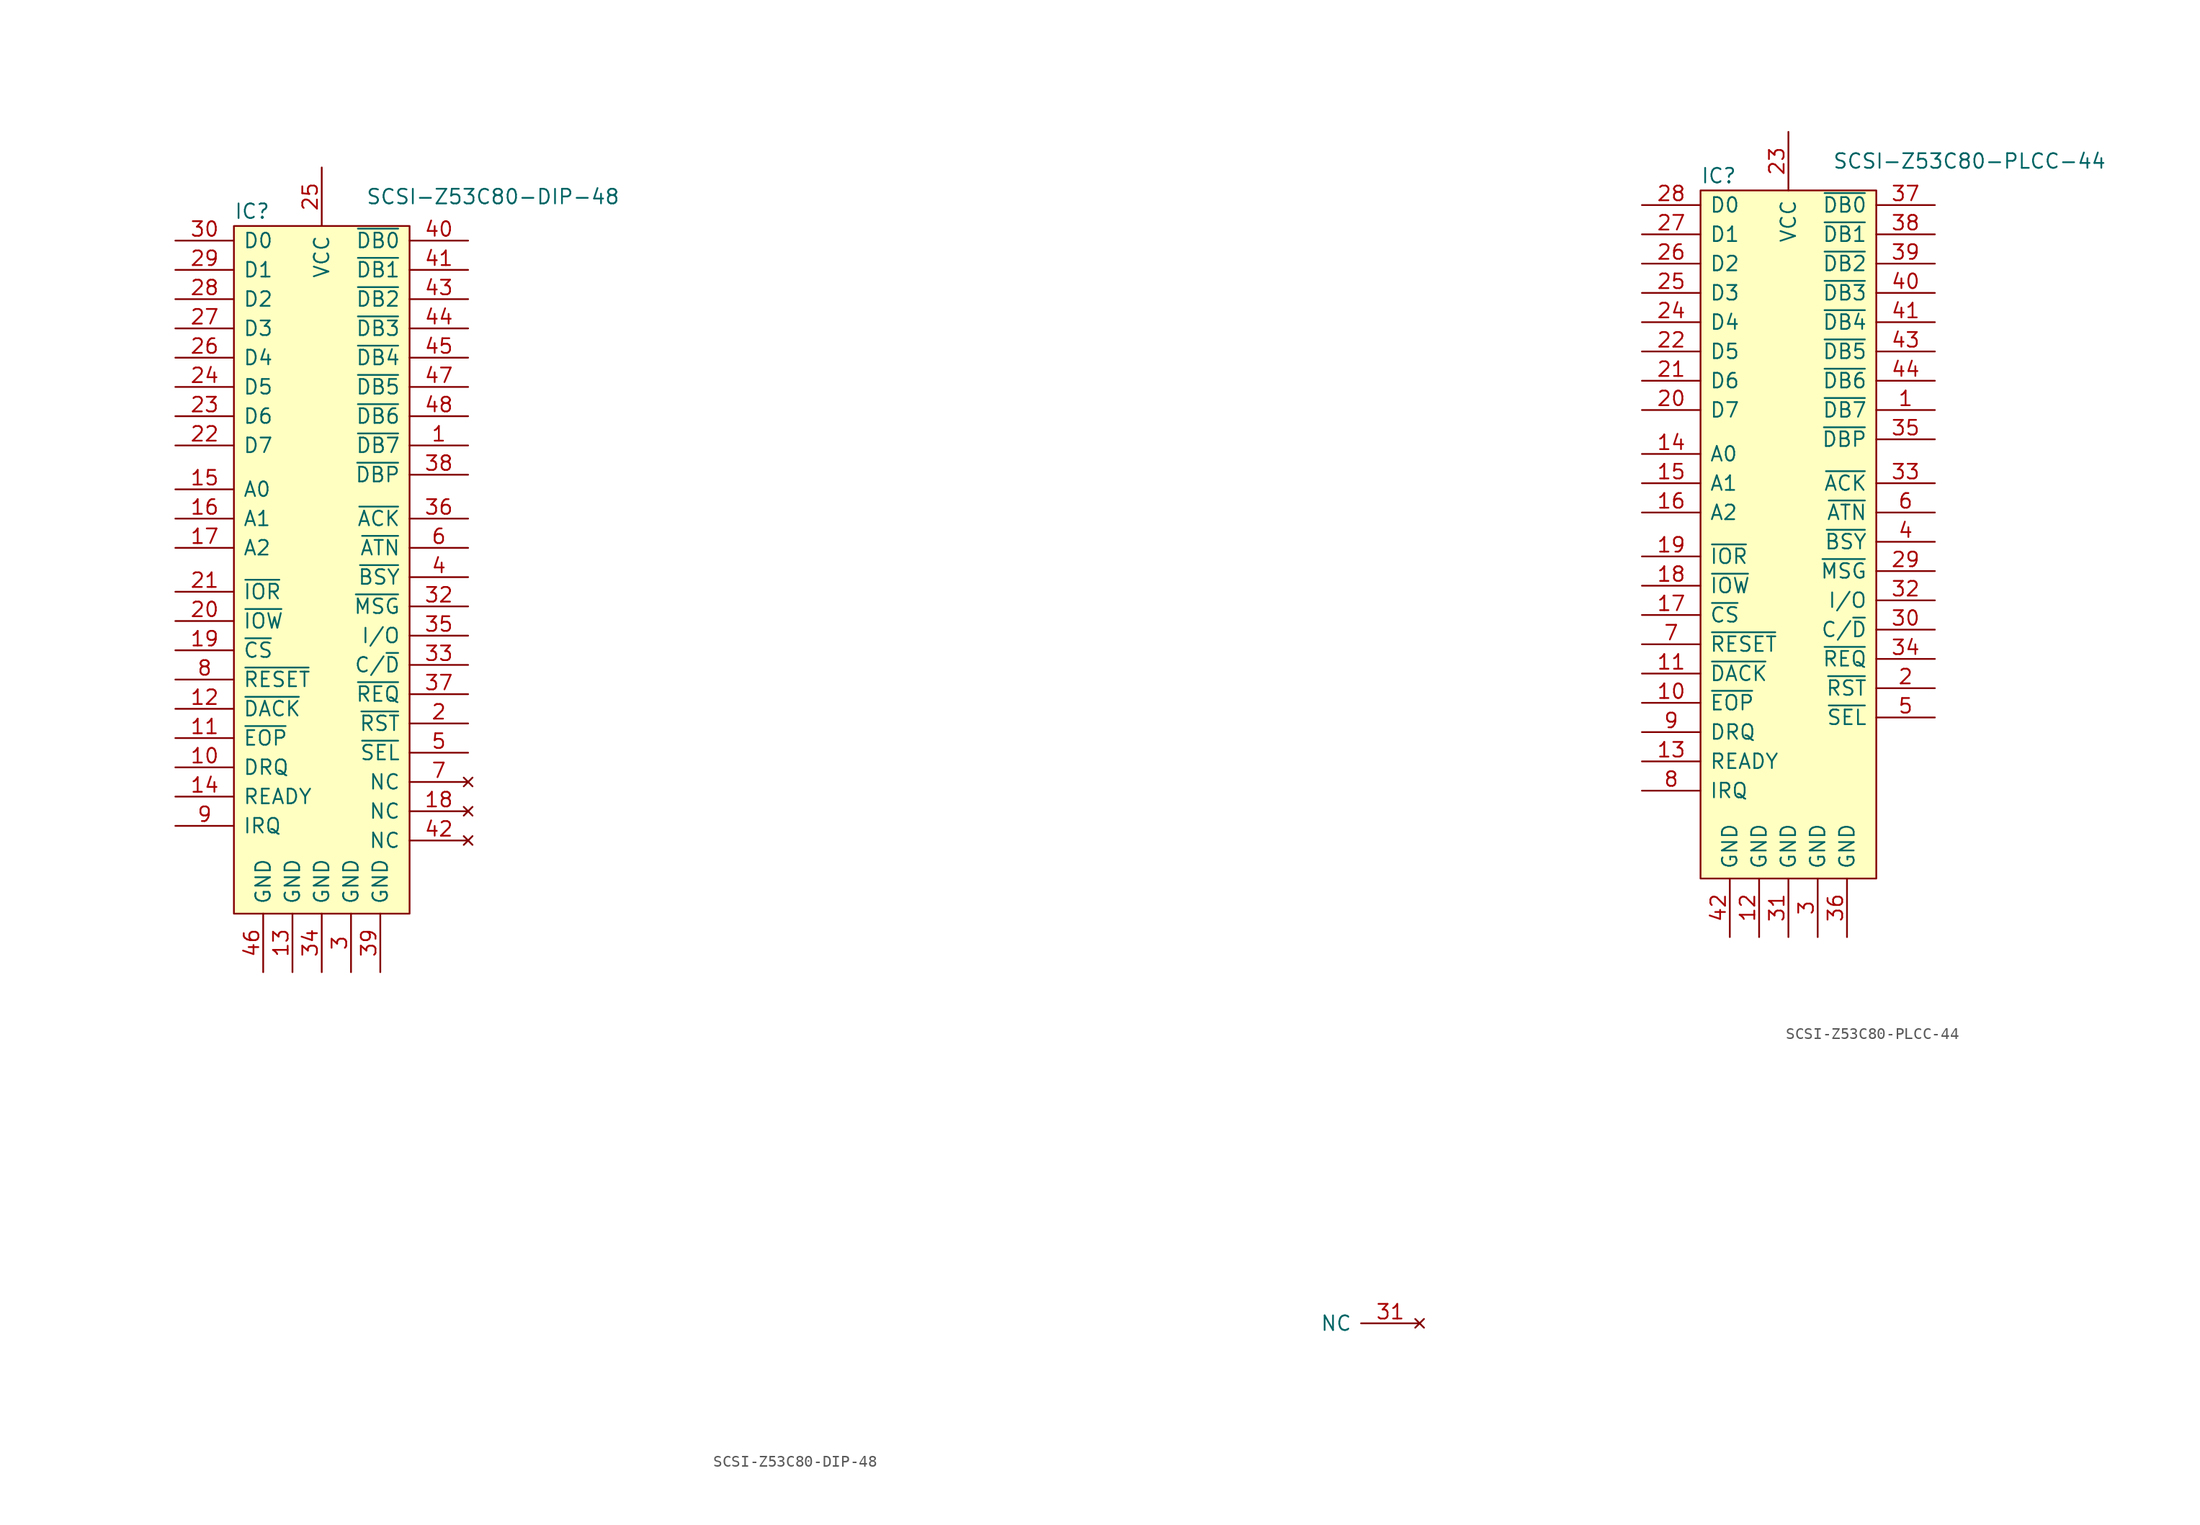
<source format=kicad_sym>
(kicad_symbol_lib
  (version 20220914)
  (generator kicad_symbol_editor)
  (symbol "SCSI-Z53C80-DIP-48"
    (pin_names
      (offset 0.762))
    (property "Reference" "IC"
      (at 0 1.27 0)
      (effects (font (size 1.27 1.27)) (justify left)))
    (property "Value" "SCSI-Z53C80-DIP-48"
      (at 11.43 2.54 0)
      (effects (font (size 1.27 1.27)) (justify left)))
    (symbol "SCSI-Z53C80-DIP-48_0_0"
      (pin bidirectional line (at 20.32 -19.05 180) (length 5.08) (name "~{DB7}" (effects (font (size 1.27 1.27)))) (number "1" (effects (font (size 1.27 1.27)))))
      (pin output line (at -5.08 -46.99 0) (length 5.08) (name "DRQ" (effects (font (size 1.27 1.27)))) (number "10" (effects (font (size 1.27 1.27)))))
      (pin input line (at -5.08 -44.45 0) (length 5.08) (name "~{EOP}" (effects (font (size 1.27 1.27)))) (number "11" (effects (font (size 1.27 1.27)))))
      (pin input line (at -5.08 -41.91 0) (length 5.08) (name "~{DACK}" (effects (font (size 1.27 1.27)))) (number "12" (effects (font (size 1.27 1.27)))))
      (pin power_in line (at 5.08 -64.77 90) (length 5.08) (name "GND" (effects (font (size 1.27 1.27)))) (number "13" (effects (font (size 1.27 1.27)))))
      (pin output line (at -5.08 -49.53 0) (length 5.08) (name "READY" (effects (font (size 1.27 1.27)))) (number "14" (effects (font (size 1.27 1.27)))))
      (pin input line (at -5.08 -22.86 0) (length 5.08) (name "A0" (effects (font (size 1.27 1.27)))) (number "15" (effects (font (size 1.27 1.27)))))
      (pin input line (at -5.08 -25.4 0) (length 5.08) (name "A1" (effects (font (size 1.27 1.27)))) (number "16" (effects (font (size 1.27 1.27)))))
      (pin input line (at -5.08 -27.94 0) (length 5.08) (name "A2" (effects (font (size 1.27 1.27)))) (number "17" (effects (font (size 1.27 1.27)))))
      (pin no_connect line (at 20.32 -50.8 180) (length 5.08) (name "NC" (effects (font (size 1.27 1.27)))) (number "18" (effects (font (size 1.27 1.27)))))
      (pin input line (at -5.08 -36.83 0) (length 5.08) (name "~{CS}" (effects (font (size 1.27 1.27)))) (number "19" (effects (font (size 1.27 1.27)))))
      (pin bidirectional line (at 20.32 -43.18 180) (length 5.08) (name "~{RST}" (effects (font (size 1.27 1.27)))) (number "2" (effects (font (size 1.27 1.27)))))
      (pin input line (at -5.08 -34.29 0) (length 5.08) (name "~{IOW}" (effects (font (size 1.27 1.27)))) (number "20" (effects (font (size 1.27 1.27)))))
      (pin input line (at -5.08 -31.75 0) (length 5.08) (name "~{IOR}" (effects (font (size 1.27 1.27)))) (number "21" (effects (font (size 1.27 1.27)))))
      (pin bidirectional line (at -5.08 -19.05 0) (length 5.08) (name "D7" (effects (font (size 1.27 1.27)))) (number "22" (effects (font (size 1.27 1.27)))))
      (pin bidirectional line (at -5.08 -16.51 0) (length 5.08) (name "D6" (effects (font (size 1.27 1.27)))) (number "23" (effects (font (size 1.27 1.27)))))
      (pin bidirectional line (at -5.08 -13.97 0) (length 5.08) (name "D5" (effects (font (size 1.27 1.27)))) (number "24" (effects (font (size 1.27 1.27)))))
      (pin power_in line (at 7.62 5.08 270) (length 5.08) (name "VCC" (effects (font (size 1.27 1.27)))) (number "25" (effects (font (size 1.27 1.27)))))
      (pin bidirectional line (at -5.08 -11.43 0) (length 5.08) (name "D4" (effects (font (size 1.27 1.27)))) (number "26" (effects (font (size 1.27 1.27)))))
      (pin bidirectional line (at -5.08 -8.89 0) (length 5.08) (name "D3" (effects (font (size 1.27 1.27)))) (number "27" (effects (font (size 1.27 1.27)))))
      (pin bidirectional line (at -5.08 -6.35 0) (length 5.08) (name "D2" (effects (font (size 1.27 1.27)))) (number "28" (effects (font (size 1.27 1.27)))))
      (pin bidirectional line (at -5.08 -3.81 0) (length 5.08) (name "D1" (effects (font (size 1.27 1.27)))) (number "29" (effects (font (size 1.27 1.27)))))
      (pin bidirectional line (at 10.16 -64.77 90) (length 5.08) (name "GND" (effects (font (size 1.27 1.27)))) (number "3" (effects (font (size 1.27 1.27)))))
      (pin bidirectional line (at -5.08 -1.27 0) (length 5.08) (name "D0" (effects (font (size 1.27 1.27)))) (number "30" (effects (font (size 1.27 1.27)))))
      (pin no_connect line (at 102.87 -95.25 180) (length 5.08) (name "NC" (effects (font (size 1.27 1.27)))) (number "31" (effects (font (size 1.27 1.27)))))
      (pin bidirectional line (at 20.32 -33.02 180) (length 5.08) (name "~{MSG}" (effects (font (size 1.27 1.27)))) (number "32" (effects (font (size 1.27 1.27)))))
      (pin bidirectional line (at 20.32 -38.1 180) (length 5.08) (name "C/~{D}" (effects (font (size 1.27 1.27)))) (number "33" (effects (font (size 1.27 1.27)))))
      (pin power_in line (at 7.62 -64.77 90) (length 5.08) (name "GND" (effects (font (size 1.27 1.27)))) (number "34" (effects (font (size 1.27 1.27)))))
      (pin bidirectional line (at 20.32 -35.56 180) (length 5.08) (name "I/O" (effects (font (size 1.27 1.27)))) (number "35" (effects (font (size 1.27 1.27)))))
      (pin bidirectional line (at 20.32 -25.4 180) (length 5.08) (name "~{ACK}" (effects (font (size 1.27 1.27)))) (number "36" (effects (font (size 1.27 1.27)))))
      (pin bidirectional line (at 20.32 -40.64 180) (length 5.08) (name "~{REQ}" (effects (font (size 1.27 1.27)))) (number "37" (effects (font (size 1.27 1.27)))))
      (pin bidirectional line (at 20.32 -21.59 180) (length 5.08) (name "~{DBP}" (effects (font (size 1.27 1.27)))) (number "38" (effects (font (size 1.27 1.27)))))
      (pin power_in line (at 12.7 -64.77 90) (length 5.08) (name "GND" (effects (font (size 1.27 1.27)))) (number "39" (effects (font (size 1.27 1.27)))))
      (pin bidirectional line (at 20.32 -30.48 180) (length 5.08) (name "~{BSY}" (effects (font (size 1.27 1.27)))) (number "4" (effects (font (size 1.27 1.27)))))
      (pin bidirectional line (at 20.32 -1.27 180) (length 5.08) (name "~{DB0}" (effects (font (size 1.27 1.27)))) (number "40" (effects (font (size 1.27 1.27)))))
      (pin bidirectional line (at 20.32 -3.81 180) (length 5.08) (name "~{DB1}" (effects (font (size 1.27 1.27)))) (number "41" (effects (font (size 1.27 1.27)))))
      (pin no_connect line (at 20.32 -53.34 180) (length 5.08) (name "NC" (effects (font (size 1.27 1.27)))) (number "42" (effects (font (size 1.27 1.27)))))
      (pin bidirectional line (at 20.32 -6.35 180) (length 5.08) (name "~{DB2}" (effects (font (size 1.27 1.27)))) (number "43" (effects (font (size 1.27 1.27)))))
      (pin bidirectional line (at 20.32 -8.89 180) (length 5.08) (name "~{DB3}" (effects (font (size 1.27 1.27)))) (number "44" (effects (font (size 1.27 1.27)))))
      (pin bidirectional line (at 20.32 -11.43 180) (length 5.08) (name "~{DB4}" (effects (font (size 1.27 1.27)))) (number "45" (effects (font (size 1.27 1.27)))))
      (pin power_in line (at 2.54 -64.77 90) (length 5.08) (name "GND" (effects (font (size 1.27 1.27)))) (number "46" (effects (font (size 1.27 1.27)))))
      (pin bidirectional line (at 20.32 -13.97 180) (length 5.08) (name "~{DB5}" (effects (font (size 1.27 1.27)))) (number "47" (effects (font (size 1.27 1.27)))))
      (pin bidirectional line (at 20.32 -16.51 180) (length 5.08) (name "~{DB6}" (effects (font (size 1.27 1.27)))) (number "48" (effects (font (size 1.27 1.27)))))
      (pin bidirectional line (at 20.32 -45.72 180) (length 5.08) (name "~{SEL}" (effects (font (size 1.27 1.27)))) (number "5" (effects (font (size 1.27 1.27)))))
      (pin bidirectional line (at 20.32 -27.94 180) (length 5.08) (name "~{ATN}" (effects (font (size 1.27 1.27)))) (number "6" (effects (font (size 1.27 1.27)))))
      (pin no_connect line (at 20.32 -48.26 180) (length 5.08) (name "NC" (effects (font (size 1.27 1.27)))) (number "7" (effects (font (size 1.27 1.27)))))
      (pin input line (at -5.08 -39.37 0) (length 5.08) (name "~{RESET}" (effects (font (size 1.27 1.27)))) (number "8" (effects (font (size 1.27 1.27)))))
      (pin output line (at -5.08 -52.07 0) (length 5.08) (name "IRQ" (effects (font (size 1.27 1.27)))) (number "9" (effects (font (size 1.27 1.27))))))
    (symbol "SCSI-Z53C80-DIP-48_0_1"
      (rectangle (start 0 0) (end 15.24 -59.69) (stroke (width 0) (type solid)) (fill (type background)))))
  (symbol "SCSI-Z53C80-PLCC-44"
    (pin_names
      (offset 0.762))
    (property "Reference" "IC"
      (at 0 1.27 0)
      (effects (font (size 1.27 1.27)) (justify left)))
    (property "Value" "SCSI-Z53C80-PLCC-44"
      (at 11.43 2.54 0)
      (effects (font (size 1.27 1.27)) (justify left)))
    (symbol "SCSI-Z53C80-PLCC-44_0_0"
      (pin bidirectional line (at 20.32 -19.05 180) (length 5.08) (name "~{DB7}" (effects (font (size 1.27 1.27)))) (number "1" (effects (font (size 1.27 1.27)))))
      (pin input line (at -5.08 -44.45 0) (length 5.08) (name "~{EOP}" (effects (font (size 1.27 1.27)))) (number "10" (effects (font (size 1.27 1.27)))))
      (pin input line (at -5.08 -41.91 0) (length 5.08) (name "~{DACK}" (effects (font (size 1.27 1.27)))) (number "11" (effects (font (size 1.27 1.27)))))
      (pin power_in line (at 5.08 -64.77 90) (length 5.08) (name "GND" (effects (font (size 1.27 1.27)))) (number "12" (effects (font (size 1.27 1.27)))))
      (pin output line (at -5.08 -49.53 0) (length 5.08) (name "READY" (effects (font (size 1.27 1.27)))) (number "13" (effects (font (size 1.27 1.27)))))
      (pin input line (at -5.08 -22.86 0) (length 5.08) (name "A0" (effects (font (size 1.27 1.27)))) (number "14" (effects (font (size 1.27 1.27)))))
      (pin input line (at -5.08 -25.4 0) (length 5.08) (name "A1" (effects (font (size 1.27 1.27)))) (number "15" (effects (font (size 1.27 1.27)))))
      (pin input line (at -5.08 -27.94 0) (length 5.08) (name "A2" (effects (font (size 1.27 1.27)))) (number "16" (effects (font (size 1.27 1.27)))))
      (pin input line (at -5.08 -36.83 0) (length 5.08) (name "~{CS}" (effects (font (size 1.27 1.27)))) (number "17" (effects (font (size 1.27 1.27)))))
      (pin input line (at -5.08 -34.29 0) (length 5.08) (name "~{IOW}" (effects (font (size 1.27 1.27)))) (number "18" (effects (font (size 1.27 1.27)))))
      (pin input line (at -5.08 -31.75 0) (length 5.08) (name "~{IOR}" (effects (font (size 1.27 1.27)))) (number "19" (effects (font (size 1.27 1.27)))))
      (pin bidirectional line (at 20.32 -43.18 180) (length 5.08) (name "~{RST}" (effects (font (size 1.27 1.27)))) (number "2" (effects (font (size 1.27 1.27)))))
      (pin bidirectional line (at -5.08 -19.05 0) (length 5.08) (name "D7" (effects (font (size 1.27 1.27)))) (number "20" (effects (font (size 1.27 1.27)))))
      (pin bidirectional line (at -5.08 -16.51 0) (length 5.08) (name "D6" (effects (font (size 1.27 1.27)))) (number "21" (effects (font (size 1.27 1.27)))))
      (pin bidirectional line (at -5.08 -13.97 0) (length 5.08) (name "D5" (effects (font (size 1.27 1.27)))) (number "22" (effects (font (size 1.27 1.27)))))
      (pin power_in line (at 7.62 5.08 270) (length 5.08) (name "VCC" (effects (font (size 1.27 1.27)))) (number "23" (effects (font (size 1.27 1.27)))))
      (pin bidirectional line (at -5.08 -11.43 0) (length 5.08) (name "D4" (effects (font (size 1.27 1.27)))) (number "24" (effects (font (size 1.27 1.27)))))
      (pin bidirectional line (at -5.08 -8.89 0) (length 5.08) (name "D3" (effects (font (size 1.27 1.27)))) (number "25" (effects (font (size 1.27 1.27)))))
      (pin bidirectional line (at -5.08 -6.35 0) (length 5.08) (name "D2" (effects (font (size 1.27 1.27)))) (number "26" (effects (font (size 1.27 1.27)))))
      (pin bidirectional line (at -5.08 -3.81 0) (length 5.08) (name "D1" (effects (font (size 1.27 1.27)))) (number "27" (effects (font (size 1.27 1.27)))))
      (pin bidirectional line (at -5.08 -1.27 0) (length 5.08) (name "D0" (effects (font (size 1.27 1.27)))) (number "28" (effects (font (size 1.27 1.27)))))
      (pin bidirectional line (at 20.32 -33.02 180) (length 5.08) (name "~{MSG}" (effects (font (size 1.27 1.27)))) (number "29" (effects (font (size 1.27 1.27)))))
      (pin bidirectional line (at 10.16 -64.77 90) (length 5.08) (name "GND" (effects (font (size 1.27 1.27)))) (number "3" (effects (font (size 1.27 1.27)))))
      (pin bidirectional line (at 20.32 -38.1 180) (length 5.08) (name "C/~{D}" (effects (font (size 1.27 1.27)))) (number "30" (effects (font (size 1.27 1.27)))))
      (pin power_in line (at 7.62 -64.77 90) (length 5.08) (name "GND" (effects (font (size 1.27 1.27)))) (number "31" (effects (font (size 1.27 1.27)))))
      (pin bidirectional line (at 20.32 -35.56 180) (length 5.08) (name "I/O" (effects (font (size 1.27 1.27)))) (number "32" (effects (font (size 1.27 1.27)))))
      (pin bidirectional line (at 20.32 -25.4 180) (length 5.08) (name "~{ACK}" (effects (font (size 1.27 1.27)))) (number "33" (effects (font (size 1.27 1.27)))))
      (pin bidirectional line (at 20.32 -40.64 180) (length 5.08) (name "~{REQ}" (effects (font (size 1.27 1.27)))) (number "34" (effects (font (size 1.27 1.27)))))
      (pin bidirectional line (at 20.32 -21.59 180) (length 5.08) (name "~{DBP}" (effects (font (size 1.27 1.27)))) (number "35" (effects (font (size 1.27 1.27)))))
      (pin power_in line (at 12.7 -64.77 90) (length 5.08) (name "GND" (effects (font (size 1.27 1.27)))) (number "36" (effects (font (size 1.27 1.27)))))
      (pin bidirectional line (at 20.32 -1.27 180) (length 5.08) (name "~{DB0}" (effects (font (size 1.27 1.27)))) (number "37" (effects (font (size 1.27 1.27)))))
      (pin bidirectional line (at 20.32 -3.81 180) (length 5.08) (name "~{DB1}" (effects (font (size 1.27 1.27)))) (number "38" (effects (font (size 1.27 1.27)))))
      (pin bidirectional line (at 20.32 -6.35 180) (length 5.08) (name "~{DB2}" (effects (font (size 1.27 1.27)))) (number "39" (effects (font (size 1.27 1.27)))))
      (pin bidirectional line (at 20.32 -30.48 180) (length 5.08) (name "~{BSY}" (effects (font (size 1.27 1.27)))) (number "4" (effects (font (size 1.27 1.27)))))
      (pin bidirectional line (at 20.32 -8.89 180) (length 5.08) (name "~{DB3}" (effects (font (size 1.27 1.27)))) (number "40" (effects (font (size 1.27 1.27)))))
      (pin bidirectional line (at 20.32 -11.43 180) (length 5.08) (name "~{DB4}" (effects (font (size 1.27 1.27)))) (number "41" (effects (font (size 1.27 1.27)))))
      (pin power_in line (at 2.54 -64.77 90) (length 5.08) (name "GND" (effects (font (size 1.27 1.27)))) (number "42" (effects (font (size 1.27 1.27)))))
      (pin bidirectional line (at 20.32 -13.97 180) (length 5.08) (name "~{DB5}" (effects (font (size 1.27 1.27)))) (number "43" (effects (font (size 1.27 1.27)))))
      (pin bidirectional line (at 20.32 -16.51 180) (length 5.08) (name "~{DB6}" (effects (font (size 1.27 1.27)))) (number "44" (effects (font (size 1.27 1.27)))))
      (pin bidirectional line (at 20.32 -45.72 180) (length 5.08) (name "~{SEL}" (effects (font (size 1.27 1.27)))) (number "5" (effects (font (size 1.27 1.27)))))
      (pin bidirectional line (at 20.32 -27.94 180) (length 5.08) (name "~{ATN}" (effects (font (size 1.27 1.27)))) (number "6" (effects (font (size 1.27 1.27)))))
      (pin input line (at -5.08 -39.37 0) (length 5.08) (name "~{RESET}" (effects (font (size 1.27 1.27)))) (number "7" (effects (font (size 1.27 1.27)))))
      (pin output line (at -5.08 -52.07 0) (length 5.08) (name "IRQ" (effects (font (size 1.27 1.27)))) (number "8" (effects (font (size 1.27 1.27)))))
      (pin output line (at -5.08 -46.99 0) (length 5.08) (name "DRQ" (effects (font (size 1.27 1.27)))) (number "9" (effects (font (size 1.27 1.27))))))
    (symbol "SCSI-Z53C80-PLCC-44_0_1"
      (rectangle (start 0 0) (end 15.24 -59.69) (stroke (width 0) (type solid)) (fill (type background))))))
</source>
